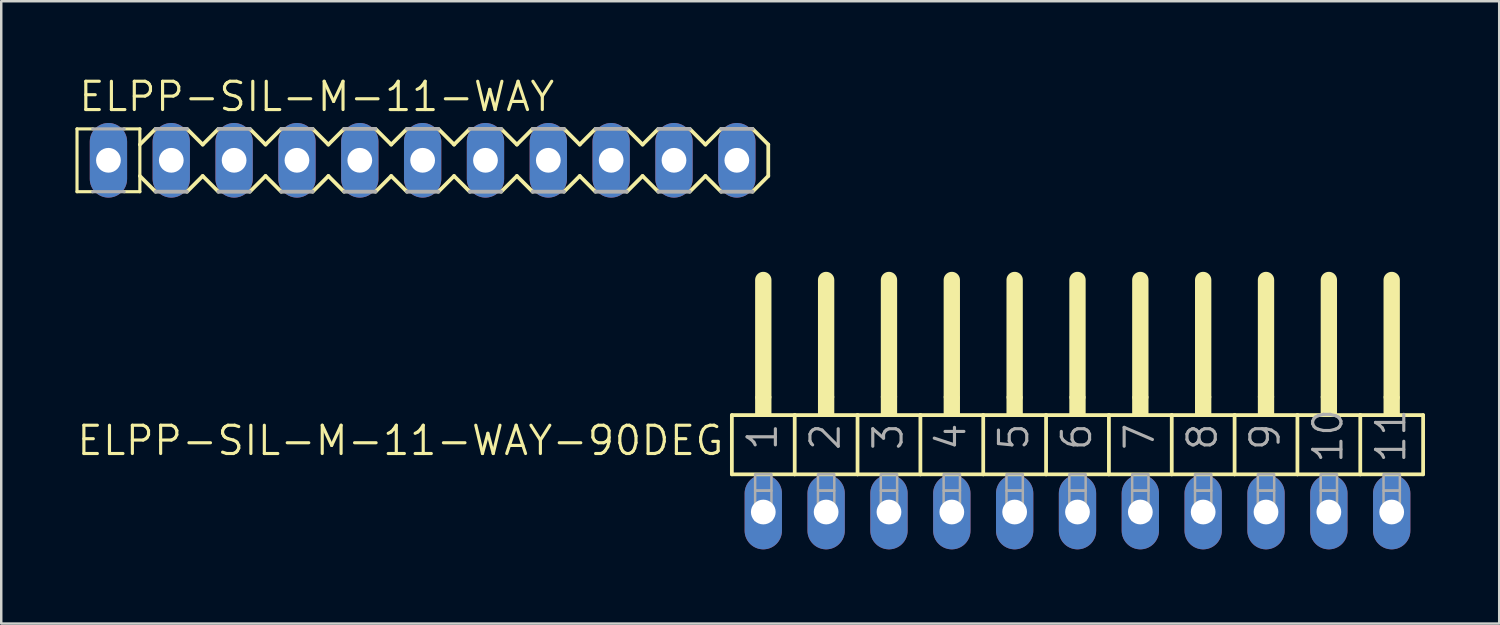
<source format=kicad_pcb>
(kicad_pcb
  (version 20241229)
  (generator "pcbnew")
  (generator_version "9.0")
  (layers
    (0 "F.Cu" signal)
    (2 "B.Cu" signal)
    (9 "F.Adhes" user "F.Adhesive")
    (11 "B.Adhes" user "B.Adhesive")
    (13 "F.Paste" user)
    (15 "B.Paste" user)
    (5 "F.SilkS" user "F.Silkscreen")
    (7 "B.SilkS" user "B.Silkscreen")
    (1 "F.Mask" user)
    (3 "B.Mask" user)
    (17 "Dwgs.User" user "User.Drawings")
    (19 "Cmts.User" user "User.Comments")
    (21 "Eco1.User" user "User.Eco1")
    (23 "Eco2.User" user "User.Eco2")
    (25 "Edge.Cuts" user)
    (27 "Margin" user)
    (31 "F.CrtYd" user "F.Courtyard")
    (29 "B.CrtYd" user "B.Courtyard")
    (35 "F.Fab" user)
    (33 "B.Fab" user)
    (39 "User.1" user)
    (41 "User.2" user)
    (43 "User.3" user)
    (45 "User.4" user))
  (footprint "ELPP-SIL-M-11-WAY"
    (layer "F.Cu")
    (at 6.413 3.429)
    (property "Reference" "ELPP-SIL-M-11-WAY" (at -6.35 -1.905 0) (unlocked yes) (layer "F.SilkS") (effects (font (size 1.143 1.143) (thickness 0.127)) (justify left bottom)))
    (fp_line (start -6.35 -1.27) (end -6.35 1.27) (stroke (width 0.127) (type solid)) (layer "F.SilkS"))
    (fp_line (start -6.35 -1.27) (end -5.715 -1.27) (stroke (width 0.127) (type solid)) (layer "F.SilkS"))
    (fp_line (start -6.35 1.27) (end -5.715 1.27) (stroke (width 0.127) (type solid)) (layer "F.SilkS"))
    (fp_line (start -3.81 -1.27) (end -4.445 -1.27) (stroke (width 0.127) (type solid)) (layer "F.SilkS"))
    (fp_line (start -3.81 -1.27) (end -3.81 1.27) (stroke (width 0.127) (type solid)) (layer "F.SilkS"))
    (fp_line (start -3.81 -0.635) (end -3.175 -1.27) (stroke (width 0.152) (type solid)) (layer "F.SilkS"))
    (fp_line (start -3.81 1.27) (end -4.445 1.27) (stroke (width 0.127) (type solid)) (layer "F.SilkS"))
    (fp_line (start -3.175 1.27) (end -3.81 0.635) (stroke (width 0.152) (type solid)) (layer "F.SilkS"))
    (fp_line (start -1.905 -1.27) (end -1.27 -0.635) (stroke (width 0.152) (type solid)) (layer "F.SilkS"))
    (fp_line (start -1.27 -0.635) (end -0.635 -1.27) (stroke (width 0.152) (type solid)) (layer "F.SilkS"))
    (fp_line (start -1.27 0.635) (end -1.905 1.27) (stroke (width 0.152) (type solid)) (layer "F.SilkS"))
    (fp_line (start -0.635 1.27) (end -1.27 0.635) (stroke (width 0.152) (type solid)) (layer "F.SilkS"))
    (fp_line (start 0.635 -1.27) (end 1.27 -0.635) (stroke (width 0.152) (type solid)) (layer "F.SilkS"))
    (fp_line (start 1.27 0.635) (end 0.635 1.27) (stroke (width 0.152) (type solid)) (layer "F.SilkS"))
    (fp_line (start 1.27 0.635) (end 1.905 1.27) (stroke (width 0.152) (type solid)) (layer "F.SilkS"))
    (fp_line (start 1.905 -1.27) (end 1.27 -0.635) (stroke (width 0.152) (type solid)) (layer "F.SilkS"))
    (fp_line (start 3.175 -1.27) (end 3.81 -0.635) (stroke (width 0.152) (type solid)) (layer "F.SilkS"))
    (fp_line (start 3.81 -0.635) (end 4.445 -1.27) (stroke (width 0.152) (type solid)) (layer "F.SilkS"))
    (fp_line (start 3.81 0.635) (end 3.175 1.27) (stroke (width 0.152) (type solid)) (layer "F.SilkS"))
    (fp_line (start 4.445 1.27) (end 3.81 0.635) (stroke (width 0.152) (type solid)) (layer "F.SilkS"))
    (fp_line (start 5.715 -1.27) (end 6.35 -0.635) (stroke (width 0.152) (type solid)) (layer "F.SilkS"))
    (fp_line (start 6.35 -0.635) (end 6.985 -1.27) (stroke (width 0.152) (type solid)) (layer "F.SilkS"))
    (fp_line (start 6.35 0.635) (end 5.715 1.27) (stroke (width 0.152) (type solid)) (layer "F.SilkS"))
    (fp_line (start 6.985 1.27) (end 6.35 0.635) (stroke (width 0.152) (type solid)) (layer "F.SilkS"))
    (fp_line (start 8.255 -1.27) (end 8.89 -0.635) (stroke (width 0.152) (type solid)) (layer "F.SilkS"))
    (fp_line (start 8.89 -0.635) (end 9.525 -1.27) (stroke (width 0.152) (type solid)) (layer "F.SilkS"))
    (fp_line (start 8.89 0.635) (end 8.255 1.27) (stroke (width 0.152) (type solid)) (layer "F.SilkS"))
    (fp_line (start 9.525 1.27) (end 8.89 0.635) (stroke (width 0.152) (type solid)) (layer "F.SilkS"))
    (fp_line (start 10.795 -1.27) (end 11.43 -0.635) (stroke (width 0.152) (type solid)) (layer "F.SilkS"))
    (fp_line (start 11.43 -0.635) (end 12.065 -1.27) (stroke (width 0.152) (type solid)) (layer "F.SilkS"))
    (fp_line (start 11.43 0.635) (end 10.795 1.27) (stroke (width 0.152) (type solid)) (layer "F.SilkS"))
    (fp_line (start 12.065 1.27) (end 11.43 0.635) (stroke (width 0.152) (type solid)) (layer "F.SilkS"))
    (fp_line (start 13.335 -1.27) (end 13.97 -0.635) (stroke (width 0.152) (type solid)) (layer "F.SilkS"))
    (fp_line (start 13.97 -0.635) (end 14.605 -1.27) (stroke (width 0.152) (type solid)) (layer "F.SilkS"))
    (fp_line (start 13.97 0.635) (end 13.335 1.27) (stroke (width 0.152) (type solid)) (layer "F.SilkS"))
    (fp_line (start 14.605 1.27) (end 13.97 0.635) (stroke (width 0.152) (type solid)) (layer "F.SilkS"))
    (fp_line (start 15.875 -1.27) (end 16.51 -0.635) (stroke (width 0.152) (type solid)) (layer "F.SilkS"))
    (fp_line (start 16.51 -0.635) (end 17.145 -1.27) (stroke (width 0.152) (type solid)) (layer "F.SilkS"))
    (fp_line (start 16.51 0.635) (end 15.875 1.27) (stroke (width 0.152) (type solid)) (layer "F.SilkS"))
    (fp_line (start 17.145 1.27) (end 16.51 0.635) (stroke (width 0.152) (type solid)) (layer "F.SilkS"))
    (fp_line (start 18.415 -1.27) (end 19.05 -0.635) (stroke (width 0.152) (type solid)) (layer "F.SilkS"))
    (fp_line (start 19.05 -0.635) (end 19.685 -1.27) (stroke (width 0.152) (type solid)) (layer "F.SilkS"))
    (fp_line (start 19.05 0.635) (end 18.415 1.27) (stroke (width 0.152) (type solid)) (layer "F.SilkS"))
    (fp_line (start 19.685 1.27) (end 19.05 0.635) (stroke (width 0.152) (type solid)) (layer "F.SilkS"))
    (fp_line (start 20.955 -1.27) (end 21.59 -0.635) (stroke (width 0.152) (type solid)) (layer "F.SilkS"))
    (fp_line (start 21.59 -0.635) (end 21.59 0.635) (stroke (width 0.152) (type solid)) (layer "F.SilkS"))
    (fp_line (start 21.59 0.635) (end 20.955 1.27) (stroke (width 0.152) (type solid)) (layer "F.SilkS"))
    (fp_line (start -5.715 -1.27) (end -4.445 -1.27) (stroke (width 0.127) (type solid)) (layer "F.Fab"))
    (fp_line (start -5.715 1.27) (end -4.445 1.27) (stroke (width 0.127) (type solid)) (layer "F.Fab"))
    (fp_line (start -3.175 -1.27) (end -1.905 -1.27) (stroke (width 0.152) (type solid)) (layer "F.Fab"))
    (fp_line (start -1.905 1.27) (end -3.175 1.27) (stroke (width 0.152) (type solid)) (layer "F.Fab"))
    (fp_line (start -0.635 -1.27) (end 0.635 -1.27) (stroke (width 0.152) (type solid)) (layer "F.Fab"))
    (fp_line (start 0.635 1.27) (end -0.635 1.27) (stroke (width 0.152) (type solid)) (layer "F.Fab"))
    (fp_line (start 1.905 -1.27) (end 3.175 -1.27) (stroke (width 0.152) (type solid)) (layer "F.Fab"))
    (fp_line (start 3.175 1.27) (end 1.905 1.27) (stroke (width 0.152) (type solid)) (layer "F.Fab"))
    (fp_line (start 4.445 -1.27) (end 5.715 -1.27) (stroke (width 0.152) (type solid)) (layer "F.Fab"))
    (fp_line (start 5.715 1.27) (end 4.445 1.27) (stroke (width 0.152) (type solid)) (layer "F.Fab"))
    (fp_line (start 6.985 -1.27) (end 8.255 -1.27) (stroke (width 0.152) (type solid)) (layer "F.Fab"))
    (fp_line (start 8.255 1.27) (end 6.985 1.27) (stroke (width 0.152) (type solid)) (layer "F.Fab"))
    (fp_line (start 9.525 -1.27) (end 10.795 -1.27) (stroke (width 0.152) (type solid)) (layer "F.Fab"))
    (fp_line (start 10.795 1.27) (end 9.525 1.27) (stroke (width 0.152) (type solid)) (layer "F.Fab"))
    (fp_line (start 12.065 -1.27) (end 13.335 -1.27) (stroke (width 0.152) (type solid)) (layer "F.Fab"))
    (fp_line (start 13.335 1.27) (end 12.065 1.27) (stroke (width 0.152) (type solid)) (layer "F.Fab"))
    (fp_line (start 14.605 -1.27) (end 15.875 -1.27) (stroke (width 0.152) (type solid)) (layer "F.Fab"))
    (fp_line (start 15.875 1.27) (end 14.605 1.27) (stroke (width 0.152) (type solid)) (layer "F.Fab"))
    (fp_line (start 17.145 -1.27) (end 18.415 -1.27) (stroke (width 0.152) (type solid)) (layer "F.Fab"))
    (fp_line (start 18.415 1.27) (end 17.145 1.27) (stroke (width 0.152) (type solid)) (layer "F.Fab"))
    (fp_line (start 19.685 -1.27) (end 20.955 -1.27) (stroke (width 0.152) (type solid)) (layer "F.Fab"))
    (fp_line (start 20.955 1.27) (end 19.685 1.27) (stroke (width 0.152) (type solid)) (layer "F.Fab"))
    (fp_poly (pts (xy -5.334 0.254) (xy -4.826 0.254) (xy -4.826 -0.254) (xy -5.334 -0.254)) (stroke (width 0.1) (type default)) (fill no) (layer "F.Fab"))
    (fp_poly (pts (xy -2.794 0.254) (xy -2.286 0.254) (xy -2.286 -0.254) (xy -2.794 -0.254)) (stroke (width 0.1) (type default)) (fill no) (layer "F.Fab"))
    (fp_poly (pts (xy -0.254 0.254) (xy 0.254 0.254) (xy 0.254 -0.254) (xy -0.254 -0.254)) (stroke (width 0.1) (type default)) (fill no) (layer "F.Fab"))
    (fp_poly (pts (xy 2.286 0.254) (xy 2.794 0.254) (xy 2.794 -0.254) (xy 2.286 -0.254)) (stroke (width 0.1) (type default)) (fill no) (layer "F.Fab"))
    (fp_poly (pts (xy 4.826 0.254) (xy 5.334 0.254) (xy 5.334 -0.254) (xy 4.826 -0.254)) (stroke (width 0.1) (type default)) (fill no) (layer "F.Fab"))
    (fp_poly (pts (xy 7.366 0.254) (xy 7.874 0.254) (xy 7.874 -0.254) (xy 7.366 -0.254)) (stroke (width 0.1) (type default)) (fill no) (layer "F.Fab"))
    (fp_poly (pts (xy 9.906 0.254) (xy 10.414 0.254) (xy 10.414 -0.254) (xy 9.906 -0.254)) (stroke (width 0.1) (type default)) (fill no) (layer "F.Fab"))
    (fp_poly (pts (xy 12.446 0.254) (xy 12.954 0.254) (xy 12.954 -0.254) (xy 12.446 -0.254)) (stroke (width 0.1) (type default)) (fill no) (layer "F.Fab"))
    (fp_poly (pts (xy 14.986 0.254) (xy 15.494 0.254) (xy 15.494 -0.254) (xy 14.986 -0.254)) (stroke (width 0.1) (type default)) (fill no) (layer "F.Fab"))
    (fp_poly (pts (xy 17.526 0.254) (xy 18.034 0.254) (xy 18.034 -0.254) (xy 17.526 -0.254)) (stroke (width 0.1) (type default)) (fill no) (layer "F.Fab"))
    (fp_poly (pts (xy 20.066 0.254) (xy 20.574 0.254) (xy 20.574 -0.254) (xy 20.066 -0.254)) (stroke (width 0.1) (type default)) (fill no) (layer "F.Fab"))
    (pad "1" thru_hole oval (at -5.08 0 90) (size 3.016 1.508) (drill 1) (layers "*.Cu" "*.Mask"))
    (pad "2" thru_hole oval (at -2.54 0 90) (size 3.016 1.508) (drill 1) (layers "*.Cu" "*.Mask"))
    (pad "3" thru_hole oval (at 0 0 90) (size 3.016 1.508) (drill 1) (layers "*.Cu" "*.Mask"))
    (pad "4" thru_hole oval (at 2.54 0 90) (size 3.016 1.508) (drill 1) (layers "*.Cu" "*.Mask"))
    (pad "5" thru_hole oval (at 5.08 0 90) (size 3.016 1.508) (drill 1) (layers "*.Cu" "*.Mask"))
    (pad "6" thru_hole oval (at 7.62 0 90) (size 3.016 1.508) (drill 1) (layers "*.Cu" "*.Mask"))
    (pad "7" thru_hole oval (at 10.16 0 90) (size 3.016 1.508) (drill 1) (layers "*.Cu" "*.Mask"))
    (pad "8" thru_hole oval (at 12.7 0 90) (size 3.016 1.508) (drill 1) (layers "*.Cu" "*.Mask"))
    (pad "9" thru_hole oval (at 15.24 0 90) (size 3.016 1.508) (drill 1) (layers "*.Cu" "*.Mask"))
    (pad "10" thru_hole oval (at 17.78 0 90) (size 3.016 1.508) (drill 1) (layers "*.Cu" "*.Mask"))
    (pad "11" thru_hole oval (at 20.32 0 90) (size 3.016 1.508) (drill 1) (layers "*.Cu" "*.Mask")))
  (footprint "ELPP-SIL-M-11-WAY-90DEG"
    (layer "F.Cu")
    (at 40.502 17.646)
    (property "Reference" "ELPP-SIL-M-11-WAY-90DEG" (at -14.224 -3.556 0) (unlocked yes) (layer "F.SilkS") (effects (font (size 1.143 1.143) (thickness 0.127)) (justify right top)))
    (fp_line (start -13.97 -3.918) (end -11.43 -3.918) (stroke (width 0.152) (type solid)) (layer "F.SilkS"))
    (fp_line (start -13.97 -1.524) (end -13.97 -3.918) (stroke (width 0.152) (type solid)) (layer "F.SilkS"))
    (fp_line (start -12.7 -4.68) (end -12.7 -9.379) (stroke (width 0.66) (type solid)) (layer "F.SilkS"))
    (fp_line (start -11.43 -3.918) (end -8.89 -3.918) (stroke (width 0.152) (type solid)) (layer "F.SilkS"))
    (fp_line (start -11.43 -1.524) (end -13.97 -1.524) (stroke (width 0.152) (type solid)) (layer "F.SilkS"))
    (fp_line (start -11.43 -1.524) (end -11.43 -3.918) (stroke (width 0.152) (type solid)) (layer "F.SilkS"))
    (fp_line (start -11.43 -1.524) (end -8.89 -1.524) (stroke (width 0.152) (type solid)) (layer "F.SilkS"))
    (fp_line (start -10.16 -4.68) (end -10.16 -9.379) (stroke (width 0.66) (type solid)) (layer "F.SilkS"))
    (fp_line (start -8.89 -3.918) (end -6.35 -3.918) (stroke (width 0.152) (type solid)) (layer "F.SilkS"))
    (fp_line (start -8.89 -1.524) (end -8.89 -3.918) (stroke (width 0.152) (type solid)) (layer "F.SilkS"))
    (fp_line (start -7.62 -4.68) (end -7.62 -9.379) (stroke (width 0.66) (type solid)) (layer "F.SilkS"))
    (fp_line (start -6.35 -3.918) (end -3.81 -3.918) (stroke (width 0.152) (type solid)) (layer "F.SilkS"))
    (fp_line (start -6.35 -1.524) (end -8.89 -1.524) (stroke (width 0.152) (type solid)) (layer "F.SilkS"))
    (fp_line (start -6.35 -1.524) (end -6.35 -3.918) (stroke (width 0.152) (type solid)) (layer "F.SilkS"))
    (fp_line (start -5.08 -4.68) (end -5.08 -9.379) (stroke (width 0.66) (type solid)) (layer "F.SilkS"))
    (fp_line (start -3.81 -3.918) (end -1.27 -3.918) (stroke (width 0.152) (type solid)) (layer "F.SilkS"))
    (fp_line (start -3.81 -1.524) (end -6.35 -1.524) (stroke (width 0.152) (type solid)) (layer "F.SilkS"))
    (fp_line (start -3.81 -1.524) (end -3.81 -3.918) (stroke (width 0.152) (type solid)) (layer "F.SilkS"))
    (fp_line (start -2.54 -4.68) (end -2.54 -9.379) (stroke (width 0.66) (type solid)) (layer "F.SilkS"))
    (fp_line (start -1.27 -3.918) (end 1.27 -3.918) (stroke (width 0.152) (type solid)) (layer "F.SilkS"))
    (fp_line (start -1.27 -1.524) (end -3.81 -1.524) (stroke (width 0.152) (type solid)) (layer "F.SilkS"))
    (fp_line (start -1.27 -1.524) (end -1.27 -3.918) (stroke (width 0.152) (type solid)) (layer "F.SilkS"))
    (fp_line (start 0 -4.68) (end 0 -9.379) (stroke (width 0.66) (type solid)) (layer "F.SilkS"))
    (fp_line (start 1.27 -3.918) (end 3.81 -3.918) (stroke (width 0.152) (type solid)) (layer "F.SilkS"))
    (fp_line (start 1.27 -1.524) (end -1.27 -1.524) (stroke (width 0.152) (type solid)) (layer "F.SilkS"))
    (fp_line (start 1.27 -1.524) (end 1.27 -3.918) (stroke (width 0.152) (type solid)) (layer "F.SilkS"))
    (fp_line (start 1.27 -1.524) (end 3.81 -1.524) (stroke (width 0.152) (type solid)) (layer "F.SilkS"))
    (fp_line (start 2.54 -4.68) (end 2.54 -9.379) (stroke (width 0.66) (type solid)) (layer "F.SilkS"))
    (fp_line (start 3.81 -3.918) (end 6.35 -3.918) (stroke (width 0.152) (type solid)) (layer "F.SilkS"))
    (fp_line (start 3.81 -1.524) (end 3.81 -3.918) (stroke (width 0.152) (type solid)) (layer "F.SilkS"))
    (fp_line (start 5.08 -4.68) (end 5.08 -9.379) (stroke (width 0.66) (type solid)) (layer "F.SilkS"))
    (fp_line (start 6.35 -3.918) (end 8.89 -3.918) (stroke (width 0.152) (type solid)) (layer "F.SilkS"))
    (fp_line (start 6.35 -1.524) (end 3.81 -1.524) (stroke (width 0.152) (type solid)) (layer "F.SilkS"))
    (fp_line (start 6.35 -1.524) (end 6.35 -3.918) (stroke (width 0.152) (type solid)) (layer "F.SilkS"))
    (fp_line (start 7.62 -4.68) (end 7.62 -9.379) (stroke (width 0.66) (type solid)) (layer "F.SilkS"))
    (fp_line (start 8.89 -3.918) (end 11.43 -3.918) (stroke (width 0.152) (type solid)) (layer "F.SilkS"))
    (fp_line (start 8.89 -1.524) (end 6.35 -1.524) (stroke (width 0.152) (type solid)) (layer "F.SilkS"))
    (fp_line (start 8.89 -1.524) (end 8.89 -3.918) (stroke (width 0.152) (type solid)) (layer "F.SilkS"))
    (fp_line (start 10.16 -4.68) (end 10.16 -9.379) (stroke (width 0.66) (type solid)) (layer "F.SilkS"))
    (fp_line (start 11.43 -3.918) (end 13.97 -3.918) (stroke (width 0.152) (type solid)) (layer "F.SilkS"))
    (fp_line (start 11.43 -1.524) (end 8.89 -1.524) (stroke (width 0.152) (type solid)) (layer "F.SilkS"))
    (fp_line (start 11.43 -1.524) (end 11.43 -3.918) (stroke (width 0.152) (type solid)) (layer "F.SilkS"))
    (fp_line (start 12.7 -4.68) (end 12.7 -9.379) (stroke (width 0.66) (type solid)) (layer "F.SilkS"))
    (fp_line (start 13.97 -1.524) (end 11.43 -1.524) (stroke (width 0.152) (type solid)) (layer "F.SilkS"))
    (fp_line (start 13.97 -1.524) (end 13.97 -3.918) (stroke (width 0.152) (type solid)) (layer "F.SilkS"))
    (fp_poly (pts (xy -13.03 -3.918) (xy -12.37 -3.918) (xy -12.37 -4.68) (xy -13.03 -4.68)) (stroke (width 0) (type default)) (fill yes) (layer "F.SilkS"))
    (fp_poly (pts (xy -10.49 -3.918) (xy -9.83 -3.918) (xy -9.83 -4.68) (xy -10.49 -4.68)) (stroke (width 0) (type default)) (fill yes) (layer "F.SilkS"))
    (fp_poly (pts (xy -7.95 -3.918) (xy -7.29 -3.918) (xy -7.29 -4.68) (xy -7.95 -4.68)) (stroke (width 0) (type default)) (fill yes) (layer "F.SilkS"))
    (fp_poly (pts (xy -5.41 -3.918) (xy -4.75 -3.918) (xy -4.75 -4.68) (xy -5.41 -4.68)) (stroke (width 0) (type default)) (fill yes) (layer "F.SilkS"))
    (fp_poly (pts (xy -2.87 -3.918) (xy -2.21 -3.918) (xy -2.21 -4.68) (xy -2.87 -4.68)) (stroke (width 0) (type default)) (fill yes) (layer "F.SilkS"))
    (fp_poly (pts (xy -0.33 -3.918) (xy 0.33 -3.918) (xy 0.33 -4.68) (xy -0.33 -4.68)) (stroke (width 0) (type default)) (fill yes) (layer "F.SilkS"))
    (fp_poly (pts (xy 2.21 -3.918) (xy 2.87 -3.918) (xy 2.87 -4.68) (xy 2.21 -4.68)) (stroke (width 0) (type default)) (fill yes) (layer "F.SilkS"))
    (fp_poly (pts (xy 4.75 -3.918) (xy 5.41 -3.918) (xy 5.41 -4.68) (xy 4.75 -4.68)) (stroke (width 0) (type default)) (fill yes) (layer "F.SilkS"))
    (fp_poly (pts (xy 7.29 -3.918) (xy 7.95 -3.918) (xy 7.95 -4.68) (xy 7.29 -4.68)) (stroke (width 0) (type default)) (fill yes) (layer "F.SilkS"))
    (fp_poly (pts (xy 9.83 -3.918) (xy 10.49 -3.918) (xy 10.49 -4.68) (xy 9.83 -4.68)) (stroke (width 0) (type default)) (fill yes) (layer "F.SilkS"))
    (fp_poly (pts (xy 12.37 -3.918) (xy 13.03 -3.918) (xy 13.03 -4.68) (xy 12.37 -4.68)) (stroke (width 0) (type default)) (fill yes) (layer "F.SilkS"))
    (fp_poly (pts (xy -13.03 -0.864) (xy -12.37 -0.864) (xy -12.37 -1.524) (xy -13.03 -1.524)) (stroke (width 0.1) (type default)) (fill no) (layer "F.Fab"))
    (fp_poly (pts (xy -13.03 0.33) (xy -12.37 0.33) (xy -12.37 -0.864) (xy -13.03 -0.864)) (stroke (width 0.1) (type default)) (fill no) (layer "F.Fab"))
    (fp_poly (pts (xy -10.49 -0.864) (xy -9.83 -0.864) (xy -9.83 -1.524) (xy -10.49 -1.524)) (stroke (width 0.1) (type default)) (fill no) (layer "F.Fab"))
    (fp_poly (pts (xy -10.49 0.33) (xy -9.83 0.33) (xy -9.83 -0.864) (xy -10.49 -0.864)) (stroke (width 0.1) (type default)) (fill no) (layer "F.Fab"))
    (fp_poly (pts (xy -7.95 -0.864) (xy -7.29 -0.864) (xy -7.29 -1.524) (xy -7.95 -1.524)) (stroke (width 0.1) (type default)) (fill no) (layer "F.Fab"))
    (fp_poly (pts (xy -7.95 0.33) (xy -7.29 0.33) (xy -7.29 -0.864) (xy -7.95 -0.864)) (stroke (width 0.1) (type default)) (fill no) (layer "F.Fab"))
    (fp_poly (pts (xy -5.41 -0.864) (xy -4.75 -0.864) (xy -4.75 -1.524) (xy -5.41 -1.524)) (stroke (width 0.1) (type default)) (fill no) (layer "F.Fab"))
    (fp_poly (pts (xy -5.41 0.33) (xy -4.75 0.33) (xy -4.75 -0.864) (xy -5.41 -0.864)) (stroke (width 0.1) (type default)) (fill no) (layer "F.Fab"))
    (fp_poly (pts (xy -2.87 -0.864) (xy -2.21 -0.864) (xy -2.21 -1.524) (xy -2.87 -1.524)) (stroke (width 0.1) (type default)) (fill no) (layer "F.Fab"))
    (fp_poly (pts (xy -2.87 0.33) (xy -2.21 0.33) (xy -2.21 -0.864) (xy -2.87 -0.864)) (stroke (width 0.1) (type default)) (fill no) (layer "F.Fab"))
    (fp_poly (pts (xy -0.33 -0.864) (xy 0.33 -0.864) (xy 0.33 -1.524) (xy -0.33 -1.524)) (stroke (width 0.1) (type default)) (fill no) (layer "F.Fab"))
    (fp_poly (pts (xy -0.33 0.33) (xy 0.33 0.33) (xy 0.33 -0.864) (xy -0.33 -0.864)) (stroke (width 0.1) (type default)) (fill no) (layer "F.Fab"))
    (fp_poly (pts (xy 2.21 -0.864) (xy 2.87 -0.864) (xy 2.87 -1.524) (xy 2.21 -1.524)) (stroke (width 0.1) (type default)) (fill no) (layer "F.Fab"))
    (fp_poly (pts (xy 2.21 0.33) (xy 2.87 0.33) (xy 2.87 -0.864) (xy 2.21 -0.864)) (stroke (width 0.1) (type default)) (fill no) (layer "F.Fab"))
    (fp_poly (pts (xy 4.75 -0.864) (xy 5.41 -0.864) (xy 5.41 -1.524) (xy 4.75 -1.524)) (stroke (width 0.1) (type default)) (fill no) (layer "F.Fab"))
    (fp_poly (pts (xy 4.75 0.33) (xy 5.41 0.33) (xy 5.41 -0.864) (xy 4.75 -0.864)) (stroke (width 0.1) (type default)) (fill no) (layer "F.Fab"))
    (fp_poly (pts (xy 7.29 -0.864) (xy 7.95 -0.864) (xy 7.95 -1.524) (xy 7.29 -1.524)) (stroke (width 0.1) (type default)) (fill no) (layer "F.Fab"))
    (fp_poly (pts (xy 7.29 0.33) (xy 7.95 0.33) (xy 7.95 -0.864) (xy 7.29 -0.864)) (stroke (width 0.1) (type default)) (fill no) (layer "F.Fab"))
    (fp_poly (pts (xy 9.83 -0.864) (xy 10.49 -0.864) (xy 10.49 -1.524) (xy 9.83 -1.524)) (stroke (width 0.1) (type default)) (fill no) (layer "F.Fab"))
    (fp_poly (pts (xy 9.83 0.33) (xy 10.49 0.33) (xy 10.49 -0.864) (xy 9.83 -0.864)) (stroke (width 0.1) (type default)) (fill no) (layer "F.Fab"))
    (fp_poly (pts (xy 12.37 -0.864) (xy 13.03 -0.864) (xy 13.03 -1.524) (xy 12.37 -1.524)) (stroke (width 0.1) (type default)) (fill no) (layer "F.Fab"))
    (fp_poly (pts (xy 12.37 0.33) (xy 13.03 0.33) (xy 13.03 -0.864) (xy 12.37 -0.864)) (stroke (width 0.1) (type default)) (fill no) (layer "F.Fab"))
    (fp_text user "5" (at -1.905 -2.413 90) (layer "F.Fab") (effects (font (size 1.143 1.143) (thickness 0.127)) (justify left bottom)))
    (fp_text user "11" (at 13.335 -1.905 90) (layer "F.Fab") (effects (font (size 1.143 1.143) (thickness 0.127)) (justify left bottom)))
    (fp_text user "7" (at 3.175 -2.413 90) (layer "F.Fab") (effects (font (size 1.143 1.143) (thickness 0.127)) (justify left bottom)))
    (fp_text user "3" (at -6.985 -2.413 90) (layer "F.Fab") (effects (font (size 1.143 1.143) (thickness 0.127)) (justify left bottom)))
    (fp_text user "6" (at 0.635 -2.413 90) (layer "F.Fab") (effects (font (size 1.143 1.143) (thickness 0.127)) (justify left bottom)))
    (fp_text user "4" (at -4.445 -2.413 90) (layer "F.Fab") (effects (font (size 1.143 1.143) (thickness 0.127)) (justify left bottom)))
    (fp_text user "2" (at -9.525 -2.413 90) (layer "F.Fab") (effects (font (size 1.143 1.143) (thickness 0.127)) (justify left bottom)))
    (fp_text user "1" (at -12.065 -2.413 90) (layer "F.Fab") (effects (font (size 1.143 1.143) (thickness 0.127)) (justify left bottom)))
    (fp_text user "8" (at 5.715 -2.413 90) (layer "F.Fab") (effects (font (size 1.143 1.143) (thickness 0.127)) (justify left bottom)))
    (fp_text user "10" (at 10.795 -1.905 90) (layer "F.Fab") (effects (font (size 1.143 1.143) (thickness 0.127)) (justify left bottom)))
    (fp_text user "9" (at 8.255 -2.413 90) (layer "F.Fab") (effects (font (size 1.143 1.143) (thickness 0.127)) (justify left bottom)))
    (pad "1" thru_hole oval (at -12.7 0 90) (size 3.016 1.508) (drill 1) (layers "*.Cu" "*.Mask"))
    (pad "2" thru_hole oval (at -10.16 0 90) (size 3.016 1.508) (drill 1) (layers "*.Cu" "*.Mask"))
    (pad "3" thru_hole oval (at -7.62 0 90) (size 3.016 1.508) (drill 1) (layers "*.Cu" "*.Mask"))
    (pad "4" thru_hole oval (at -5.08 0 90) (size 3.016 1.508) (drill 1) (layers "*.Cu" "*.Mask"))
    (pad "5" thru_hole oval (at -2.54 0 90) (size 3.016 1.508) (drill 1) (layers "*.Cu" "*.Mask"))
    (pad "6" thru_hole oval (at 0 0 90) (size 3.016 1.508) (drill 1) (layers "*.Cu" "*.Mask"))
    (pad "7" thru_hole oval (at 2.54 0 90) (size 3.016 1.508) (drill 1) (layers "*.Cu" "*.Mask"))
    (pad "8" thru_hole oval (at 5.08 0 90) (size 3.016 1.508) (drill 1) (layers "*.Cu" "*.Mask"))
    (pad "9" thru_hole oval (at 7.62 0 90) (size 3.016 1.508) (drill 1) (layers "*.Cu" "*.Mask"))
    (pad "10" thru_hole oval (at 10.16 0 90) (size 3.016 1.508) (drill 1) (layers "*.Cu" "*.Mask"))
    (pad "11" thru_hole oval (at 12.7 0 90) (size 3.016 1.508) (drill 1) (layers "*.Cu" "*.Mask")))
  (gr_rect
    (start -3 -3)
    (end 57.548 22.154)
    (stroke (width 0.1) (type default))
    (fill no)
    (layer "Edge.Cuts")))
</source>
